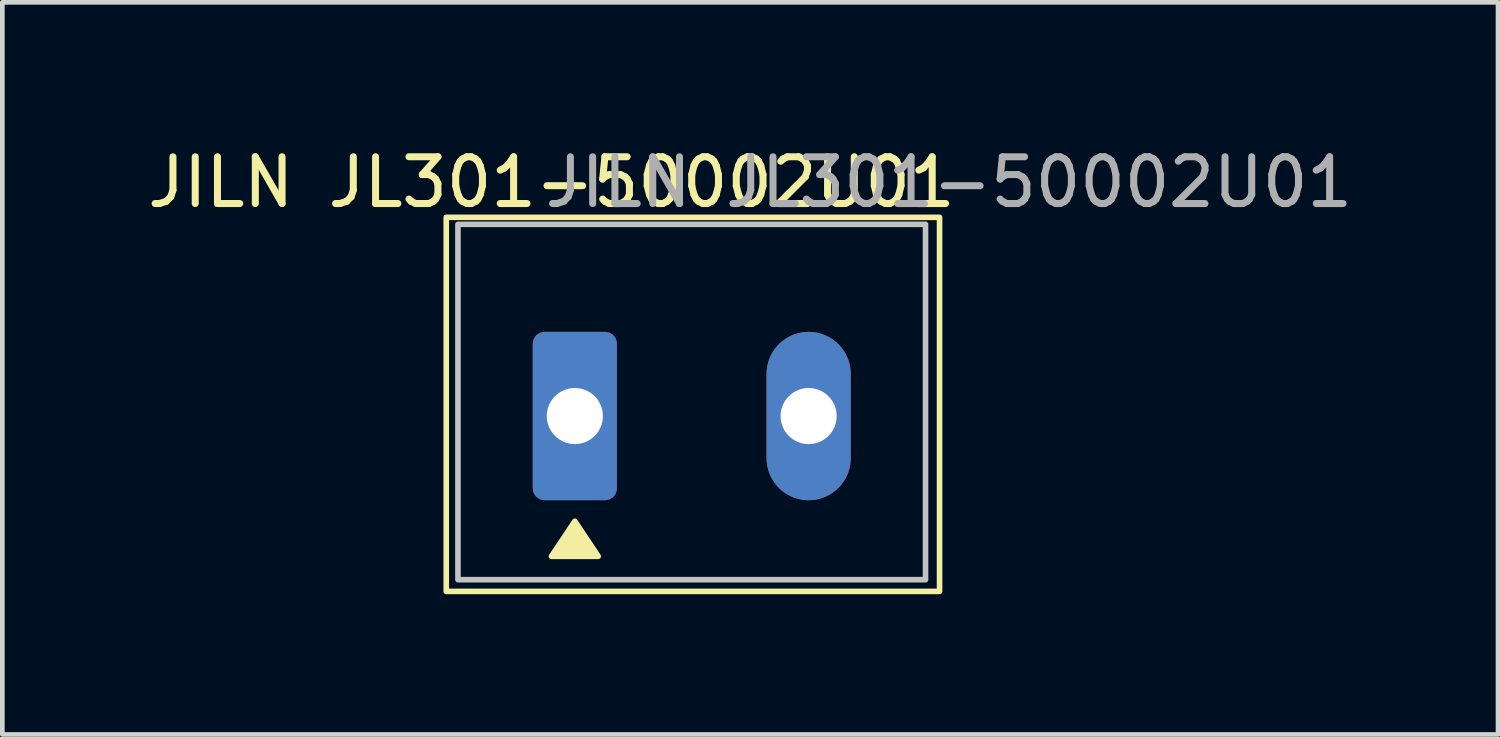
<source format=kicad_pcb>
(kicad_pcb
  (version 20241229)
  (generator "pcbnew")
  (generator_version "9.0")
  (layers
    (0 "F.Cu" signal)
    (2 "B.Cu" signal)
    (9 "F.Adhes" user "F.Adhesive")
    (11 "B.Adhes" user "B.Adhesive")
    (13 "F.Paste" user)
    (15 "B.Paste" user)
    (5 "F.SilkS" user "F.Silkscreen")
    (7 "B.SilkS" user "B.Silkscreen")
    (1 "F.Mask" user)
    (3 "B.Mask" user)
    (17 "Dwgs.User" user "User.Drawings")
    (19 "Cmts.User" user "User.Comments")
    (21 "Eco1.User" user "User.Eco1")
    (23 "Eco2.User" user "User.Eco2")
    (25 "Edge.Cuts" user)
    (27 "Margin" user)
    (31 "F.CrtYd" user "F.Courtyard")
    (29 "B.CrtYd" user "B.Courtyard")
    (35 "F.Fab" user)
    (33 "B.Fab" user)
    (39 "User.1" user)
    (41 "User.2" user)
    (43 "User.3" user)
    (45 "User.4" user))
  (footprint "JILN JL301-50002U01"
    (layer "F.Cu")
    (at 9.244 5.848)
    (property "Reference" "JILN JL301-50002U01" (at -0.5 -5 0) (unlocked yes) (layer "F.SilkS") (effects (font (size 1 1) (thickness 0.15))))
    (attr through_hole)
    (fp_rect (start -2.75 3.75) (end 7.8 -4.25) (stroke (width 0.12) (type solid)) (fill no) (layer "F.SilkS"))
    (fp_poly (pts (xy 0.5 3) (xy -0.5 3) (xy 0 2.25)) (stroke (width 0.12) (type solid)) (fill yes) (layer "F.SilkS"))
    (fp_rect (start -2.5 -4.1) (end 7.5 3.5) (stroke (width 0.12) (type solid)) (fill no) (layer "Dwgs.User"))
    (fp_text user "${REFERENCE}" (at 8 -5 0) (unlocked yes) (layer "F.Fab") (effects (font (size 1 1) (thickness 0.15))))
    (pad "1" thru_hole roundrect (at 0 0) (size 1.8 3.6) (drill 1.2) (layers "*.Cu" "*.Mask") (roundrect_rratio 0.139))
    (pad "2" thru_hole oval (at 5 0) (size 1.8 3.6) (drill 1.2) (layers "*.Cu" "*.Mask")))
  (gr_rect
    (start -3 -3)
    (end 28.988 12.658)
    (stroke (width 0.1) (type default))
    (fill no)
    (layer "Edge.Cuts")))
</source>
